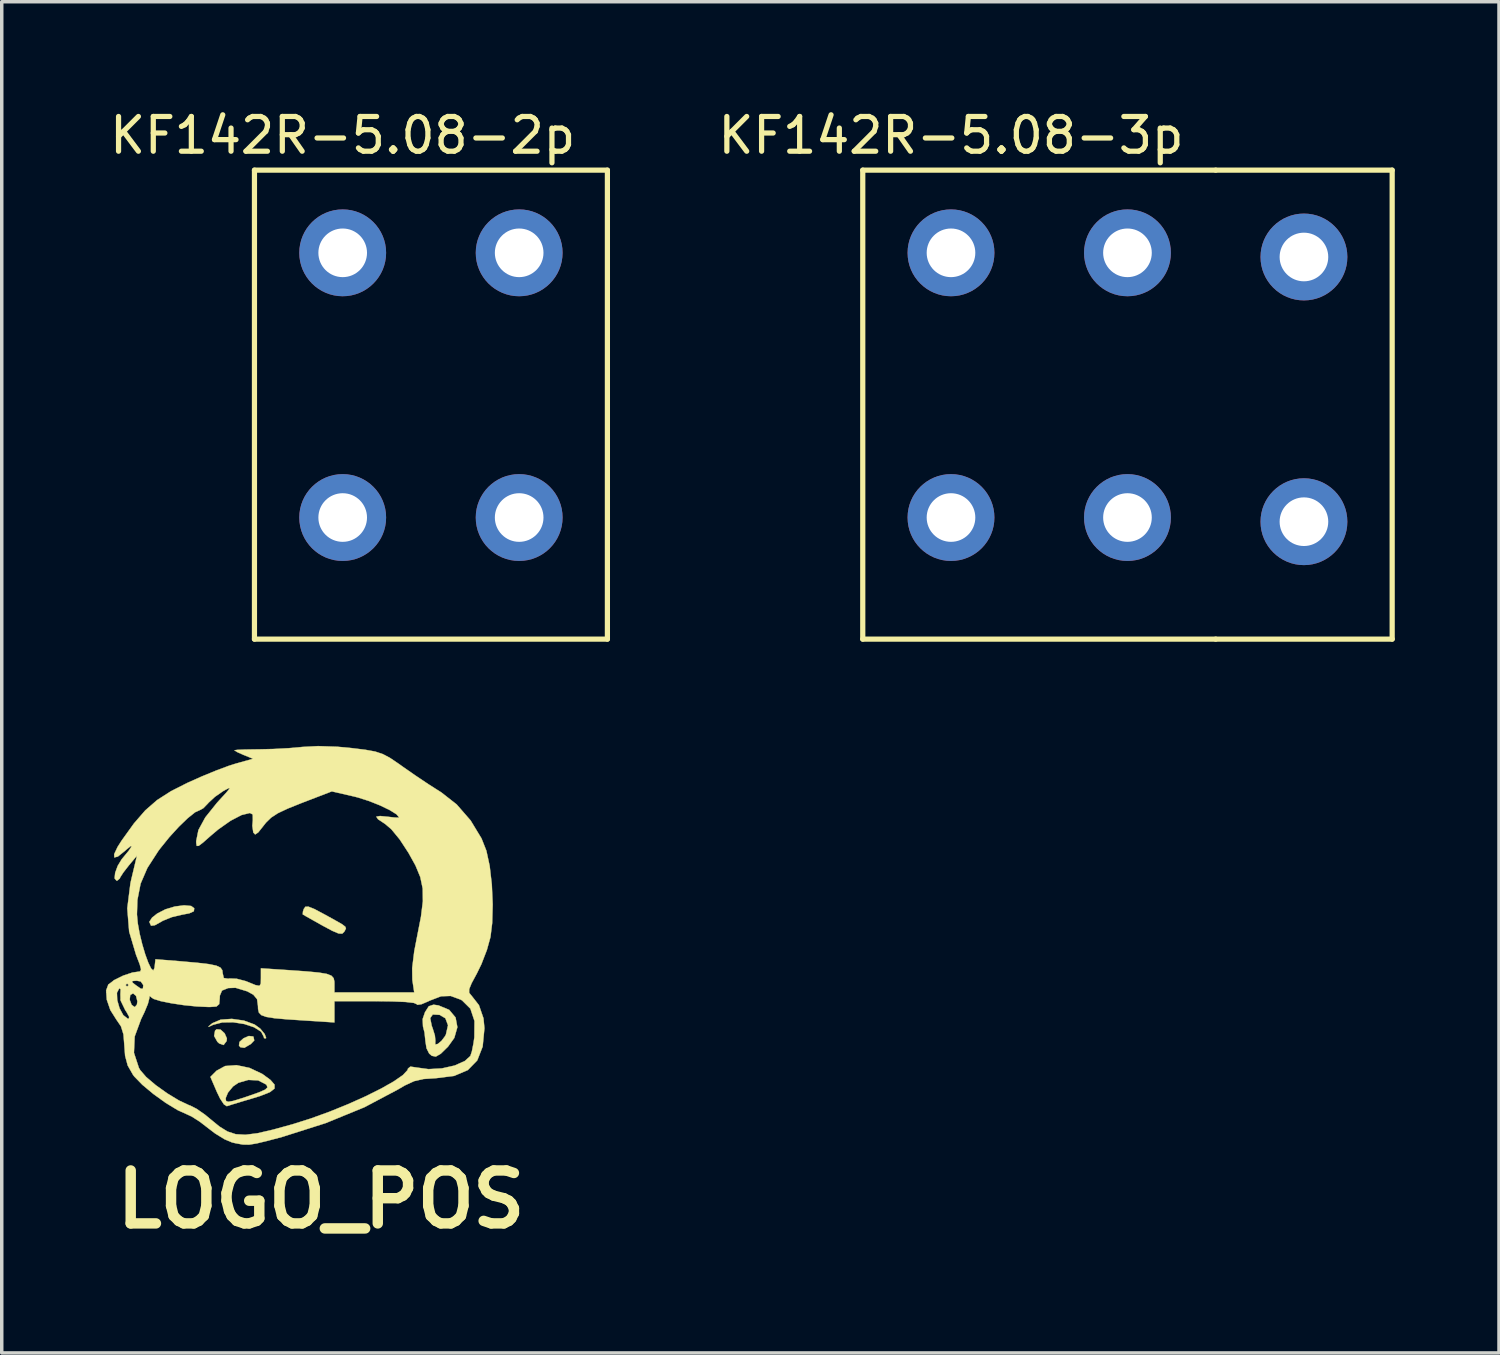
<source format=kicad_pcb>
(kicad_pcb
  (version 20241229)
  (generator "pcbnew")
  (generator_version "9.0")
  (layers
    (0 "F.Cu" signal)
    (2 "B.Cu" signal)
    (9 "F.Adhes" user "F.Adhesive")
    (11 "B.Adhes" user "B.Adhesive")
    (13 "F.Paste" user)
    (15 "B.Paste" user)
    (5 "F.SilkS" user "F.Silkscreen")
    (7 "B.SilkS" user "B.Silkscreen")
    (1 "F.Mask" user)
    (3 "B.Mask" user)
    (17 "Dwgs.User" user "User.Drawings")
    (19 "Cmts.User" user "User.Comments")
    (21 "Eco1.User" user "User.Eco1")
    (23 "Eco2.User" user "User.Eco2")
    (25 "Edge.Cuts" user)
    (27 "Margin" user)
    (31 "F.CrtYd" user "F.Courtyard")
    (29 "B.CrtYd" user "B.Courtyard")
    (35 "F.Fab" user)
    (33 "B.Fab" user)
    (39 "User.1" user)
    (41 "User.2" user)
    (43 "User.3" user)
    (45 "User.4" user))
  (footprint "KF142R-5.08-3p"
    (layer "F.Cu")
    (at 24.326 11.848)
    (property "Reference" "KF142R-5.08-3p" (at 0 -11 0) (layer "F.SilkS") (effects (font (size 1 1) (thickness 0.15))))
    (attr through_hole)
    (fp_line (start -2.54 -10) (end -2.54 3.5) (stroke (width 0.15) (type solid)) (layer "F.SilkS"))
    (fp_line (start -2.54 3.5) (end 7.62 3.5) (stroke (width 0.15) (type solid)) (layer "F.SilkS"))
    (fp_line (start 7.62 -10) (end -2.54 -10) (stroke (width 0.15) (type solid)) (layer "F.SilkS"))
    (fp_line (start 7.62 -10) (end 12.7 -10) (stroke (width 0.15) (type solid)) (layer "F.SilkS"))
    (fp_line (start 7.62 3.5) (end 12.7 3.5) (stroke (width 0.15) (type solid)) (layer "F.SilkS"))
    (fp_line (start 12.7 3.5) (end 12.7 -10) (stroke (width 0.15) (type solid)) (layer "F.SilkS"))
    (pad "1" thru_hole circle (at 0 -7.62) (size 2.5 2.5) (drill 1.4) (layers "*.Cu" "*.Mask"))
    (pad "1" thru_hole circle (at 0 0) (size 2.5 2.5) (drill 1.4) (layers "*.Cu" "*.Mask"))
    (pad "2" thru_hole circle (at 5.08 -7.62) (size 2.5 2.5) (drill 1.4) (layers "*.Cu" "*.Mask"))
    (pad "2" thru_hole circle (at 5.08 0) (size 2.5 2.5) (drill 1.4) (layers "*.Cu" "*.Mask"))
    (pad "3" thru_hole circle (at 10.16 -7.5) (size 2.5 2.5) (drill 1.4) (layers "*.Cu" "*.Mask"))
    (pad "3" thru_hole circle (at 10.16 0.12) (size 2.5 2.5) (drill 1.4) (layers "*.Cu" "*.Mask")))
  (footprint "LOGO_POS"
    (layer "F.Cu")
    (at 5.392 24.078)
    (property "Reference" "LOGO_POS" (at 0.8 7.4 0) (layer "F.SilkS") (effects (font (size 1.524 1.524) (thickness 0.3))))
    (attr through_hole)
    (fp_poly (pts (xy -2.092 2.511) (xy -1.975 2.619) (xy -1.911 2.765) (xy -1.918 2.839) (xy -2.005 2.954) (xy -2.131 2.91) (xy -2.184 2.862) (xy -2.278 2.694) (xy -2.251 2.541) (xy -2.208 2.502) (xy -2.092 2.511)) (stroke (width 0.01) (type solid)) (fill yes) (layer "F.SilkS"))
    (fp_poly (pts (xy -1.156 2.708) (xy -1.146 2.716) (xy -1.123 2.823) (xy -1.223 2.927) (xy -1.408 3.035) (xy -1.522 3.018) (xy -1.563 2.969) (xy -1.547 2.865) (xy -1.432 2.761) (xy -1.28 2.695) (xy -1.156 2.708)) (stroke (width 0.01) (type solid)) (fill yes) (layer "F.SilkS"))
    (fp_poly (pts (xy -2.939 -1.048) (xy -2.851 -0.982) (xy -2.862 -0.896) (xy -2.991 -0.837) (xy -3.201 -0.797) (xy -3.494 -0.728) (xy -3.754 -0.623) (xy -3.82 -0.584) (xy -3.987 -0.492) (xy -4.092 -0.48) (xy -4.095 -0.482) (xy -4.144 -0.59) (xy -4.063 -0.714) (xy -3.916 -0.83) (xy -3.681 -0.951) (xy -3.407 -1.033) (xy -3.143 -1.067) (xy -2.939 -1.048)) (stroke (width 0.01) (type solid)) (fill yes) (layer "F.SilkS"))
    (fp_poly (pts (xy -1.422 2.251) (xy -1.114 2.364) (xy -0.953 2.48) (xy -0.823 2.638) (xy -0.781 2.749) (xy -0.788 2.763) (xy -0.842 2.757) (xy -0.847 2.722) (xy -0.924 2.572) (xy -1.126 2.444) (xy -1.409 2.35) (xy -1.729 2.3) (xy -2.043 2.304) (xy -2.306 2.372) (xy -2.313 2.375) (xy -2.44 2.434) (xy -2.428 2.409) (xy -2.328 2.326) (xy -2.09 2.225) (xy -1.768 2.202) (xy -1.422 2.251)) (stroke (width 0.01) (type solid)) (fill yes) (layer "F.SilkS"))
    (fp_poly (pts (xy 0.604 -0.962) (xy 0.877 -0.817) (xy 0.92 -0.794) (xy 1.225 -0.625) (xy 1.41 -0.519) (xy 1.498 -0.451) (xy 1.516 -0.401) (xy 1.489 -0.344) (xy 1.467 -0.306) (xy 1.409 -0.251) (xy 1.305 -0.256) (xy 1.123 -0.333) (xy 0.845 -0.482) (xy 0.578 -0.632) (xy 0.375 -0.746) (xy 0.277 -0.803) (xy 0.273 -0.805) (xy 0.279 -0.886) (xy 0.304 -0.963) (xy 0.349 -1.026) (xy 0.438 -1.028) (xy 0.604 -0.962)) (stroke (width 0.01) (type solid)) (fill yes) (layer "F.SilkS"))
    (fp_poly (pts (xy 4.18 1.814) (xy 4.488 1.942) (xy 4.672 2.162) (xy 4.724 2.441) (xy 4.636 2.749) (xy 4.456 3) (xy 4.248 3.204) (xy 4.104 3.288) (xy 3.989 3.265) (xy 3.912 3.2) (xy 3.836 3.047) (xy 3.804 2.841) (xy 3.779 2.596) (xy 3.734 2.418) (xy 3.725 2.207) (xy 3.734 2.18) (xy 3.942 2.18) (xy 3.986 2.403) (xy 4.009 2.462) (xy 4.077 2.681) (xy 4.092 2.842) (xy 4.088 2.858) (xy 4.088 2.94) (xy 4.161 2.923) (xy 4.268 2.834) (xy 4.37 2.699) (xy 4.394 2.653) (xy 4.455 2.385) (xy 4.379 2.184) (xy 4.211 2.086) (xy 4.016 2.076) (xy 3.942 2.18) (xy 3.734 2.18) (xy 3.793 2.008) (xy 3.901 1.839) (xy 4.037 1.794) (xy 4.18 1.814)) (stroke (width 0.01) (type solid)) (fill yes) (layer "F.SilkS"))
    (fp_poly (pts (xy -1.263 3.612) (xy -0.893 3.786) (xy -0.656 3.96) (xy -0.539 4.095) (xy -0.539 4.207) (xy -0.67 4.31) (xy -0.947 4.42) (xy -1.164 4.487) (xy -1.483 4.582) (xy -1.743 4.661) (xy -1.897 4.71) (xy -1.914 4.715) (xy -1.995 4.664) (xy -2.106 4.496) (xy -1.947 4.496) (xy -1.934 4.566) (xy -1.872 4.589) (xy -1.73 4.564) (xy -1.475 4.486) (xy -1.304 4.429) (xy -0.988 4.318) (xy -0.809 4.239) (xy -0.743 4.176) (xy -0.765 4.111) (xy -0.786 4.088) (xy -1.008 3.973) (xy -1.295 3.959) (xy -1.581 4.042) (xy -1.734 4.147) (xy -1.88 4.325) (xy -1.947 4.486) (xy -1.947 4.496) (xy -2.106 4.496) (xy -2.107 4.494) (xy -2.196 4.311) (xy -2.385 3.872) (xy -2.208 3.694) (xy -1.961 3.559) (xy -1.633 3.535) (xy -1.263 3.612)) (stroke (width 0.01) (type solid)) (fill yes) (layer "F.SilkS"))
    (fp_poly (pts (xy 1.266 -5.632) (xy 1.682 -5.593) (xy 2.078 -5.544) (xy 2.359 -5.493) (xy 2.578 -5.42) (xy 2.79 -5.307) (xy 3.047 -5.133) (xy 3.157 -5.054) (xy 3.512 -4.807) (xy 3.888 -4.555) (xy 4.213 -4.348) (xy 4.257 -4.321) (xy 4.703 -3.972) (xy 5.105 -3.51) (xy 5.419 -2.993) (xy 5.559 -2.639) (xy 5.654 -2.201) (xy 5.716 -1.664) (xy 5.741 -1.093) (xy 5.726 -0.555) (xy 5.677 -0.155) (xy 5.574 0.218) (xy 5.416 0.627) (xy 5.283 0.899) (xy 5.134 1.175) (xy 5.064 1.346) (xy 5.063 1.449) (xy 5.121 1.523) (xy 5.127 1.528) (xy 5.345 1.807) (xy 5.476 2.187) (xy 5.503 2.472) (xy 5.452 3) (xy 5.296 3.398) (xy 5.025 3.676) (xy 4.63 3.844) (xy 4.102 3.91) (xy 4.091 3.91) (xy 3.748 3.933) (xy 3.481 3.994) (xy 3.21 4.119) (xy 3.01 4.236) (xy 2.047 4.746) (xy 0.937 5.201) (xy -0.305 5.596) (xy -0.732 5.71) (xy -1.051 5.787) (xy -1.27 5.823) (xy -1.454 5.82) (xy -1.665 5.781) (xy -1.761 5.759) (xy -1.979 5.667) (xy -2.25 5.5) (xy -2.439 5.356) (xy -2.689 5.163) (xy -2.922 5.014) (xy -3.049 4.955) (xy -3.326 4.83) (xy -3.67 4.621) (xy -4.027 4.364) (xy -4.346 4.098) (xy -4.577 3.86) (xy -4.613 3.812) (xy -4.766 3.544) (xy -4.841 3.263) (xy -4.847 3.179) (xy -4.586 3.179) (xy -4.444 3.611) (xy -4.405 3.678) (xy -4.234 3.876) (xy -3.958 4.11) (xy -3.628 4.346) (xy -3.292 4.55) (xy -3 4.687) (xy -2.963 4.699) (xy -2.783 4.791) (xy -2.543 4.958) (xy -2.379 5.093) (xy -2.125 5.301) (xy -1.894 5.444) (xy -1.655 5.522) (xy -1.377 5.538) (xy -1.03 5.494) (xy -0.584 5.391) (xy -0.021 5.236) (xy 0.507 5.069) (xy 1.05 4.872) (xy 1.584 4.655) (xy 2.085 4.43) (xy 2.53 4.208) (xy 2.895 4.001) (xy 3.156 3.82) (xy 3.29 3.677) (xy 3.302 3.633) (xy 3.372 3.576) (xy 3.535 3.6) (xy 3.892 3.649) (xy 4.28 3.627) (xy 4.646 3.545) (xy 4.94 3.414) (xy 5.098 3.27) (xy 5.142 3.137) (xy 5.189 2.9) (xy 5.213 2.73) (xy 5.217 2.263) (xy 5.099 1.908) (xy 4.859 1.67) (xy 4.818 1.647) (xy 4.532 1.542) (xy 4.255 1.551) (xy 3.926 1.677) (xy 3.891 1.695) (xy 3.692 1.78) (xy 3.572 1.798) (xy 3.556 1.78) (xy 3.473 1.743) (xy 3.234 1.715) (xy 2.849 1.699) (xy 2.371 1.693) (xy 1.185 1.693) (xy 1.185 2.304) (xy 0.318 2.248) (xy -0.184 2.215) (xy -0.541 2.183) (xy -0.777 2.145) (xy -0.919 2.094) (xy -0.989 2.022) (xy -1.013 1.921) (xy -1.016 1.829) (xy -1.042 1.635) (xy -1.149 1.506) (xy -1.324 1.409) (xy -1.661 1.307) (xy -1.874 1.315) (xy -2.052 1.387) (xy -2.113 1.533) (xy -2.117 1.615) (xy -2.132 1.777) (xy -2.211 1.846) (xy -2.403 1.86) (xy -2.434 1.86) (xy -2.78 1.844) (xy -3.154 1.806) (xy -3.512 1.752) (xy -3.814 1.691) (xy -4.018 1.628) (xy -4.079 1.588) (xy -4.134 1.54) (xy -4.147 1.622) (xy -4.185 1.77) (xy -4.283 2.007) (xy -4.381 2.21) (xy -4.565 2.709) (xy -4.586 3.179) (xy -4.847 3.179) (xy -4.862 2.976) (xy -4.888 2.648) (xy -4.959 2.418) (xy -5.094 2.22) (xy -5.266 1.947) (xy -5.368 1.65) (xy -5.382 1.45) (xy -5.076 1.45) (xy -5.068 1.661) (xy -5.001 1.896) (xy -4.894 2.094) (xy -4.764 2.197) (xy -4.734 2.201) (xy -4.724 2.143) (xy -4.803 1.999) (xy -4.835 1.954) (xy -4.971 1.672) (xy -4.972 1.652) (xy -4.709 1.652) (xy -4.653 1.798) (xy -4.563 1.863) (xy -4.501 1.792) (xy -4.487 1.698) (xy -4.526 1.54) (xy -4.611 1.468) (xy -4.693 1.515) (xy -4.709 1.652) (xy -4.972 1.652) (xy -4.976 1.491) (xy -4.969 1.348) (xy -5.008 1.32) (xy -5.076 1.45) (xy -5.382 1.45) (xy -5.387 1.383) (xy -5.329 1.228) (xy -4.826 1.228) (xy -4.784 1.27) (xy -4.741 1.228) (xy -4.784 1.185) (xy -4.826 1.228) (xy -5.329 1.228) (xy -5.325 1.216) (xy -5.19 1.113) (xy -4.641 1.113) (xy -4.624 1.16) (xy -4.535 1.23) (xy -4.386 1.334) (xy -4.328 1.331) (xy -4.318 1.228) (xy -4.39 1.125) (xy -4.508 1.103) (xy -4.641 1.113) (xy -5.19 1.113) (xy -5.154 1.085) (xy -4.896 0.957) (xy -4.63 0.868) (xy -4.483 0.847) (xy -4.404 0.835) (xy -4.382 0.775) (xy -4.42 0.632) (xy -4.521 0.369) (xy -4.525 0.36) (xy -4.724 -0.31) (xy -4.764 -0.804) (xy -4.5 -0.804) (xy -4.476 -0.547) (xy -4.422 -0.25) (xy -4.347 0.057) (xy -4.261 0.346) (xy -4.172 0.588) (xy -4.092 0.752) (xy -4.029 0.81) (xy -3.994 0.732) (xy -3.994 0.73) (xy -3.966 0.486) (xy -3.234 0.545) (xy -2.759 0.587) (xy -2.427 0.626) (xy -2.215 0.67) (xy -2.095 0.726) (xy -2.042 0.802) (xy -2.032 0.888) (xy -2 1.026) (xy -1.873 1.046) (xy -1.835 1.039) (xy -1.63 1.047) (xy -1.372 1.114) (xy -1.316 1.136) (xy -1.086 1.23) (xy -0.972 1.251) (xy -0.934 1.185) (xy -0.931 1.018) (xy -0.931 1.008) (xy -0.931 0.746) (xy -0.106 0.801) (xy 0.387 0.836) (xy 0.735 0.869) (xy 0.964 0.907) (xy 1.098 0.959) (xy 1.163 1.031) (xy 1.184 1.131) (xy 1.185 1.192) (xy 1.185 1.439) (xy 3.482 1.439) (xy 3.428 1.079) (xy 3.423 0.74) (xy 3.483 0.254) (xy 3.565 -0.169) (xy 3.676 -0.736) (xy 3.731 -1.183) (xy 3.726 -1.55) (xy 3.657 -1.88) (xy 3.519 -2.213) (xy 3.319 -2.574) (xy 3.064 -2.964) (xy 2.825 -3.255) (xy 2.646 -3.408) (xy 2.44 -3.545) (xy 2.39 -3.619) (xy 2.499 -3.638) (xy 2.709 -3.618) (xy 2.921 -3.594) (xy 3.039 -3.591) (xy 3.048 -3.595) (xy 2.974 -3.686) (xy 2.778 -3.808) (xy 2.501 -3.942) (xy 2.182 -4.069) (xy 1.863 -4.171) (xy 1.761 -4.197) (xy 1.11 -4.347) (xy 0.246 -4.015) (xy -0.16 -3.852) (xy -0.442 -3.719) (xy -0.637 -3.592) (xy -0.784 -3.449) (xy -0.858 -3.355) (xy -1.008 -3.166) (xy -1.097 -3.107) (xy -1.15 -3.162) (xy -1.151 -3.166) (xy -1.178 -3.356) (xy -1.164 -3.515) (xy -1.167 -3.682) (xy -1.248 -3.725) (xy -1.49 -3.666) (xy -1.806 -3.501) (xy -2.158 -3.253) (xy -2.374 -3.071) (xy -2.597 -2.874) (xy -2.723 -2.779) (xy -2.779 -2.778) (xy -2.793 -2.86) (xy -2.794 -2.917) (xy -2.73 -3.234) (xy -2.533 -3.597) (xy -2.194 -4.02) (xy -2.129 -4.092) (xy -1.928 -4.311) (xy -1.836 -4.424) (xy -1.846 -4.445) (xy -1.951 -4.393) (xy -2.02 -4.354) (xy -2.253 -4.192) (xy -2.442 -4.017) (xy -2.455 -4) (xy -2.59 -3.862) (xy -2.685 -3.81) (xy -2.824 -3.747) (xy -3.037 -3.577) (xy -3.294 -3.329) (xy -3.567 -3.03) (xy -3.827 -2.708) (xy -3.884 -2.632) (xy -4.2 -2.142) (xy -4.395 -1.69) (xy -4.487 -1.22) (xy -4.5 -0.804) (xy -4.764 -0.804) (xy -4.778 -0.981) (xy -4.688 -1.697) (xy -4.661 -1.82) (xy -4.499 -2.498) (xy -4.745 -2.201) (xy -4.893 -2.01) (xy -4.982 -1.872) (xy -4.993 -1.841) (xy -5.062 -1.781) (xy -5.089 -1.778) (xy -5.143 -1.843) (xy -5.127 -2.002) (xy -5.054 -2.202) (xy -4.94 -2.391) (xy -4.922 -2.413) (xy -4.737 -2.637) (xy -4.655 -2.76) (xy -4.677 -2.774) (xy -4.807 -2.669) (xy -4.851 -2.629) (xy -5.049 -2.471) (xy -5.151 -2.445) (xy -5.155 -2.54) (xy -5.058 -2.746) (xy -4.941 -2.93) (xy -4.587 -3.423) (xy -4.26 -3.8) (xy -3.919 -4.097) (xy -3.519 -4.353) (xy -3.049 -4.591) (xy -2.635 -4.776) (xy -2.217 -4.948) (xy -1.854 -5.083) (xy -1.659 -5.145) (xy -1.157 -5.285) (xy -1.425 -5.394) (xy -1.605 -5.474) (xy -1.692 -5.527) (xy -1.693 -5.53) (xy -1.615 -5.542) (xy -1.407 -5.551) (xy -1.109 -5.556) (xy -0.995 -5.557) (xy -0.571 -5.567) (xy -0.123 -5.591) (xy 0.253 -5.625) (xy 0.262 -5.626) (xy 0.714 -5.65) (xy 1.266 -5.632)) (stroke (width 0.01) (type solid)) (fill yes) (layer "F.SilkS")))
  (footprint "KF142R-5.08-2p"
    (layer "F.Cu")
    (at 6.815 11.848)
    (property "Reference" "KF142R-5.08-2p" (at 0 -11 0) (layer "F.SilkS") (effects (font (size 1 1) (thickness 0.15))))
    (attr through_hole)
    (fp_line (start -2.54 -10) (end -2.54 3.5) (stroke (width 0.15) (type solid)) (layer "F.SilkS"))
    (fp_line (start -2.54 3.5) (end 7.62 3.5) (stroke (width 0.15) (type solid)) (layer "F.SilkS"))
    (fp_line (start 7.62 -10) (end -2.54 -10) (stroke (width 0.15) (type solid)) (layer "F.SilkS"))
    (fp_line (start 7.62 3.5) (end 7.62 -10) (stroke (width 0.15) (type solid)) (layer "F.SilkS"))
    (pad "1" thru_hole circle (at 0 -7.62) (size 2.5 2.5) (drill 1.4) (layers "*.Cu" "*.Mask"))
    (pad "1" thru_hole circle (at 0 0) (size 2.5 2.5) (drill 1.4) (layers "*.Cu" "*.Mask"))
    (pad "2" thru_hole circle (at 5.08 -7.62) (size 2.5 2.5) (drill 1.4) (layers "*.Cu" "*.Mask"))
    (pad "2" thru_hole circle (at 5.08 0) (size 2.5 2.5) (drill 1.4) (layers "*.Cu" "*.Mask")))
  (gr_rect
    (start -3 -3)
    (end 40.101 35.897)
    (stroke (width 0.1) (type default))
    (fill no)
    (layer "Edge.Cuts")))
</source>
